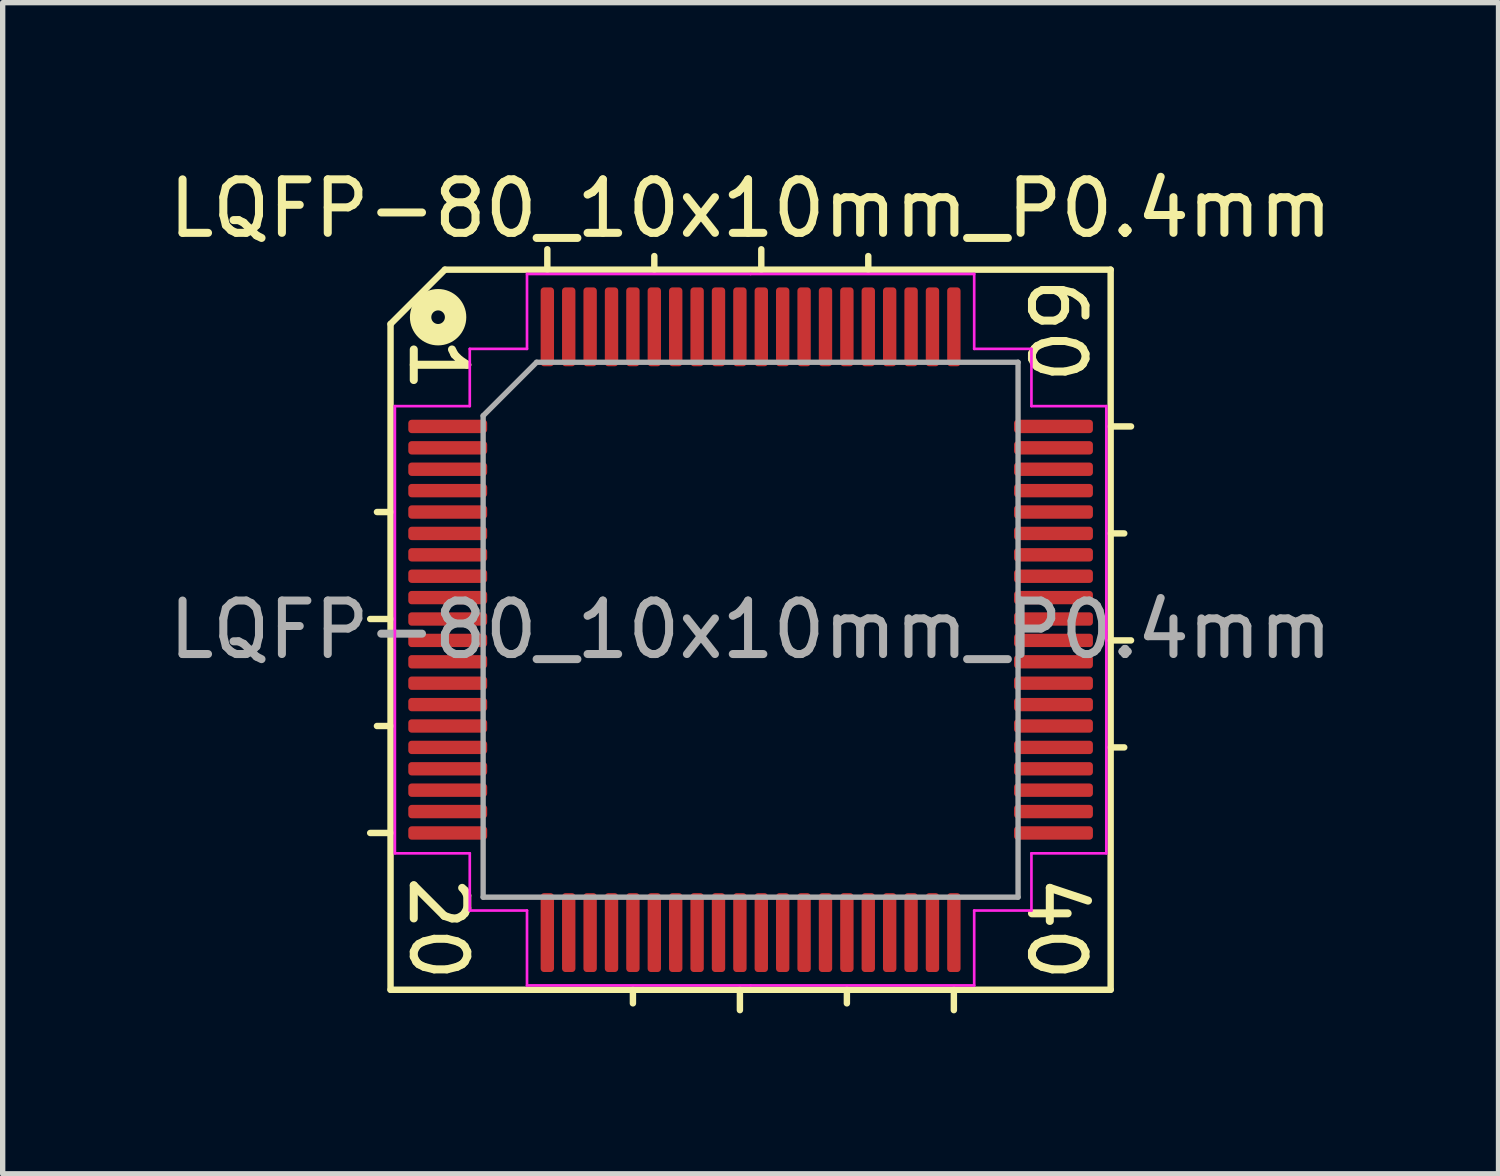
<source format=kicad_pcb>
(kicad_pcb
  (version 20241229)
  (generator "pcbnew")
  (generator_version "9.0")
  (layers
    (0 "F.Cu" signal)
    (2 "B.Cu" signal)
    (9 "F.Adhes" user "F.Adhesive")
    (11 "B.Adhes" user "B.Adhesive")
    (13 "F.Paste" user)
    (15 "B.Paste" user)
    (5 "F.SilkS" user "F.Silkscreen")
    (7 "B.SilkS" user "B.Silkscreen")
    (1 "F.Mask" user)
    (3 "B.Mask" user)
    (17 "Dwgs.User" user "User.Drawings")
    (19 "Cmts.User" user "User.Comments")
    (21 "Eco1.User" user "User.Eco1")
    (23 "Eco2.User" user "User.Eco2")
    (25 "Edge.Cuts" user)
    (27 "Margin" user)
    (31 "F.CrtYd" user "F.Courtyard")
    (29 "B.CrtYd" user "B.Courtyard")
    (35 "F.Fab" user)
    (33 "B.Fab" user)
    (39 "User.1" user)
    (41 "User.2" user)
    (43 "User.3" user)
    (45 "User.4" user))
  (footprint "LQFP-80_10x10mm_P0.4mm"
    (layer "F.Cu")
    (at 10.982 8.722)
    (property "Reference" "LQFP-80_10x10mm_P0.4mm" (at 0 -7.874 0) (layer "F.SilkS") (effects (font (size 1 1) (thickness 0.15))))
    (attr smd)
    (fp_line (start -6.731 -5.715) (end -6.731 6.731) (stroke (width 0.12) (type solid)) (layer "F.SilkS"))
    (fp_line (start -6.731 -2.2) (end -6.985 -2.2) (stroke (width 0.12) (type solid)) (layer "F.SilkS"))
    (fp_line (start -6.731 -0.2) (end -7.112 -0.2) (stroke (width 0.12) (type solid)) (layer "F.SilkS"))
    (fp_line (start -6.731 1.8) (end -6.985 1.8) (stroke (width 0.12) (type solid)) (layer "F.SilkS"))
    (fp_line (start -6.731 3.8) (end -7.112 3.8) (stroke (width 0.12) (type solid)) (layer "F.SilkS"))
    (fp_line (start -6.731 6.731) (end 6.731 6.731) (stroke (width 0.12) (type solid)) (layer "F.SilkS"))
    (fp_line (start -5.715 -6.731) (end -6.731 -5.715) (stroke (width 0.12) (type solid)) (layer "F.SilkS"))
    (fp_line (start -3.8 -6.731) (end -3.8 -7.112) (stroke (width 0.12) (type solid)) (layer "F.SilkS"))
    (fp_line (start -2.2 6.731) (end -2.2 6.985) (stroke (width 0.12) (type solid)) (layer "F.SilkS"))
    (fp_line (start -1.8 -6.731) (end -1.8 -6.985) (stroke (width 0.12) (type solid)) (layer "F.SilkS"))
    (fp_line (start -0.2 6.731) (end -0.2 7.112) (stroke (width 0.12) (type solid)) (layer "F.SilkS"))
    (fp_line (start 0.2 -6.731) (end 0.2 -7.112) (stroke (width 0.12) (type solid)) (layer "F.SilkS"))
    (fp_line (start 1.8 6.731) (end 1.8 6.985) (stroke (width 0.12) (type solid)) (layer "F.SilkS"))
    (fp_line (start 2.2 -6.731) (end 2.2 -6.985) (stroke (width 0.12) (type solid)) (layer "F.SilkS"))
    (fp_line (start 3.8 6.731) (end 3.8 7.112) (stroke (width 0.12) (type solid)) (layer "F.SilkS"))
    (fp_line (start 6.731 -6.731) (end -5.715 -6.731) (stroke (width 0.12) (type solid)) (layer "F.SilkS"))
    (fp_line (start 6.731 -3.8) (end 7.112 -3.8) (stroke (width 0.12) (type solid)) (layer "F.SilkS"))
    (fp_line (start 6.731 -1.8) (end 6.985 -1.8) (stroke (width 0.12) (type solid)) (layer "F.SilkS"))
    (fp_line (start 6.731 0.2) (end 7.112 0.2) (stroke (width 0.12) (type solid)) (layer "F.SilkS"))
    (fp_line (start 6.731 2.2) (end 6.985 2.2) (stroke (width 0.12) (type solid)) (layer "F.SilkS"))
    (fp_line (start 6.731 6.731) (end 6.731 -6.731) (stroke (width 0.12) (type solid)) (layer "F.SilkS"))
    (fp_circle (center -5.842 -5.842) (end -5.715 -5.842) (stroke (width 0.4) (type solid)) (fill no) (layer "F.SilkS"))
    (fp_line (start -6.65 -4.18) (end -6.65 0) (stroke (width 0.05) (type solid)) (layer "F.CrtYd"))
    (fp_line (start -6.65 4.18) (end -6.65 0) (stroke (width 0.05) (type solid)) (layer "F.CrtYd"))
    (fp_line (start -5.25 -5.25) (end -5.25 -4.18) (stroke (width 0.05) (type solid)) (layer "F.CrtYd"))
    (fp_line (start -5.25 -4.18) (end -6.65 -4.18) (stroke (width 0.05) (type solid)) (layer "F.CrtYd"))
    (fp_line (start -5.25 4.18) (end -6.65 4.18) (stroke (width 0.05) (type solid)) (layer "F.CrtYd"))
    (fp_line (start -5.25 5.25) (end -5.25 4.18) (stroke (width 0.05) (type solid)) (layer "F.CrtYd"))
    (fp_line (start -4.18 -6.65) (end -4.18 -5.25) (stroke (width 0.05) (type solid)) (layer "F.CrtYd"))
    (fp_line (start -4.18 -5.25) (end -5.25 -5.25) (stroke (width 0.05) (type solid)) (layer "F.CrtYd"))
    (fp_line (start -4.18 5.25) (end -5.25 5.25) (stroke (width 0.05) (type solid)) (layer "F.CrtYd"))
    (fp_line (start -4.18 6.65) (end -4.18 5.25) (stroke (width 0.05) (type solid)) (layer "F.CrtYd"))
    (fp_line (start 0 -6.65) (end -4.18 -6.65) (stroke (width 0.05) (type solid)) (layer "F.CrtYd"))
    (fp_line (start 0 -6.65) (end 4.18 -6.65) (stroke (width 0.05) (type solid)) (layer "F.CrtYd"))
    (fp_line (start 0 6.65) (end -4.18 6.65) (stroke (width 0.05) (type solid)) (layer "F.CrtYd"))
    (fp_line (start 0 6.65) (end 4.18 6.65) (stroke (width 0.05) (type solid)) (layer "F.CrtYd"))
    (fp_line (start 4.18 -6.65) (end 4.18 -5.25) (stroke (width 0.05) (type solid)) (layer "F.CrtYd"))
    (fp_line (start 4.18 -5.25) (end 5.25 -5.25) (stroke (width 0.05) (type solid)) (layer "F.CrtYd"))
    (fp_line (start 4.18 5.25) (end 5.25 5.25) (stroke (width 0.05) (type solid)) (layer "F.CrtYd"))
    (fp_line (start 4.18 6.65) (end 4.18 5.25) (stroke (width 0.05) (type solid)) (layer "F.CrtYd"))
    (fp_line (start 5.25 -5.25) (end 5.25 -4.18) (stroke (width 0.05) (type solid)) (layer "F.CrtYd"))
    (fp_line (start 5.25 -4.18) (end 6.65 -4.18) (stroke (width 0.05) (type solid)) (layer "F.CrtYd"))
    (fp_line (start 5.25 4.18) (end 6.65 4.18) (stroke (width 0.05) (type solid)) (layer "F.CrtYd"))
    (fp_line (start 5.25 5.25) (end 5.25 4.18) (stroke (width 0.05) (type solid)) (layer "F.CrtYd"))
    (fp_line (start 6.65 -4.18) (end 6.65 0) (stroke (width 0.05) (type solid)) (layer "F.CrtYd"))
    (fp_line (start 6.65 4.18) (end 6.65 0) (stroke (width 0.05) (type solid)) (layer "F.CrtYd"))
    (fp_line (start -5 -4) (end -4 -5) (stroke (width 0.1) (type solid)) (layer "F.Fab"))
    (fp_line (start -5 5) (end -5 -4) (stroke (width 0.1) (type solid)) (layer "F.Fab"))
    (fp_line (start -4 -5) (end 5 -5) (stroke (width 0.1) (type solid)) (layer "F.Fab"))
    (fp_line (start 5 -5) (end 5 5) (stroke (width 0.1) (type solid)) (layer "F.Fab"))
    (fp_line (start 5 5) (end -5 5) (stroke (width 0.1) (type solid)) (layer "F.Fab"))
    (fp_text user "20" (at -5.842 5.588 270) (unlocked yes) (layer "F.SilkS") (effects (font (size 1 1) (thickness 0.15))))
    (fp_text user "40" (at 5.715 5.588 270) (unlocked yes) (layer "F.SilkS") (effects (font (size 1 1) (thickness 0.15))))
    (fp_text user "60" (at 5.715 -5.588 270) (unlocked yes) (layer "F.SilkS") (effects (font (size 1 1) (thickness 0.15))))
    (fp_text user "1" (at -5.842 -4.953 270) (unlocked yes) (layer "F.SilkS") (effects (font (size 1 1) (thickness 0.15))))
    (fp_text user "${REFERENCE}" (at 0 0 0) (layer "F.Fab") (effects (font (size 1 1) (thickness 0.15))))
    (pad "1" smd roundrect (at -5.662 -3.8) (size 1.475 0.25) (layers "F.Cu" "F.Mask" "F.Paste") (roundrect_rratio 0.25))
    (pad "2" smd roundrect (at -5.662 -3.4) (size 1.475 0.25) (layers "F.Cu" "F.Mask" "F.Paste") (roundrect_rratio 0.25))
    (pad "3" smd roundrect (at -5.662 -3) (size 1.475 0.25) (layers "F.Cu" "F.Mask" "F.Paste") (roundrect_rratio 0.25))
    (pad "4" smd roundrect (at -5.662 -2.6) (size 1.475 0.25) (layers "F.Cu" "F.Mask" "F.Paste") (roundrect_rratio 0.25))
    (pad "5" smd roundrect (at -5.662 -2.2) (size 1.475 0.25) (layers "F.Cu" "F.Mask" "F.Paste") (roundrect_rratio 0.25))
    (pad "6" smd roundrect (at -5.662 -1.8) (size 1.475 0.25) (layers "F.Cu" "F.Mask" "F.Paste") (roundrect_rratio 0.25))
    (pad "7" smd roundrect (at -5.662 -1.4) (size 1.475 0.25) (layers "F.Cu" "F.Mask" "F.Paste") (roundrect_rratio 0.25))
    (pad "8" smd roundrect (at -5.662 -1) (size 1.475 0.25) (layers "F.Cu" "F.Mask" "F.Paste") (roundrect_rratio 0.25))
    (pad "9" smd roundrect (at -5.662 -0.6) (size 1.475 0.25) (layers "F.Cu" "F.Mask" "F.Paste") (roundrect_rratio 0.25))
    (pad "10" smd roundrect (at -5.662 -0.2) (size 1.475 0.25) (layers "F.Cu" "F.Mask" "F.Paste") (roundrect_rratio 0.25))
    (pad "11" smd roundrect (at -5.662 0.2) (size 1.475 0.25) (layers "F.Cu" "F.Mask" "F.Paste") (roundrect_rratio 0.25))
    (pad "12" smd roundrect (at -5.662 0.6) (size 1.475 0.25) (layers "F.Cu" "F.Mask" "F.Paste") (roundrect_rratio 0.25))
    (pad "13" smd roundrect (at -5.662 1) (size 1.475 0.25) (layers "F.Cu" "F.Mask" "F.Paste") (roundrect_rratio 0.25))
    (pad "14" smd roundrect (at -5.662 1.4) (size 1.475 0.25) (layers "F.Cu" "F.Mask" "F.Paste") (roundrect_rratio 0.25))
    (pad "15" smd roundrect (at -5.662 1.8) (size 1.475 0.25) (layers "F.Cu" "F.Mask" "F.Paste") (roundrect_rratio 0.25))
    (pad "16" smd roundrect (at -5.662 2.2) (size 1.475 0.25) (layers "F.Cu" "F.Mask" "F.Paste") (roundrect_rratio 0.25))
    (pad "17" smd roundrect (at -5.662 2.6) (size 1.475 0.25) (layers "F.Cu" "F.Mask" "F.Paste") (roundrect_rratio 0.25))
    (pad "18" smd roundrect (at -5.662 3) (size 1.475 0.25) (layers "F.Cu" "F.Mask" "F.Paste") (roundrect_rratio 0.25))
    (pad "19" smd roundrect (at -5.662 3.4) (size 1.475 0.25) (layers "F.Cu" "F.Mask" "F.Paste") (roundrect_rratio 0.25))
    (pad "20" smd roundrect (at -5.662 3.8) (size 1.475 0.25) (layers "F.Cu" "F.Mask" "F.Paste") (roundrect_rratio 0.25))
    (pad "21" smd roundrect (at -3.8 5.662) (size 0.25 1.475) (layers "F.Cu" "F.Mask" "F.Paste") (roundrect_rratio 0.25))
    (pad "22" smd roundrect (at -3.4 5.662) (size 0.25 1.475) (layers "F.Cu" "F.Mask" "F.Paste") (roundrect_rratio 0.25))
    (pad "23" smd roundrect (at -3 5.662) (size 0.25 1.475) (layers "F.Cu" "F.Mask" "F.Paste") (roundrect_rratio 0.25))
    (pad "24" smd roundrect (at -2.6 5.662) (size 0.25 1.475) (layers "F.Cu" "F.Mask" "F.Paste") (roundrect_rratio 0.25))
    (pad "25" smd roundrect (at -2.2 5.662) (size 0.25 1.475) (layers "F.Cu" "F.Mask" "F.Paste") (roundrect_rratio 0.25))
    (pad "26" smd roundrect (at -1.8 5.662) (size 0.25 1.475) (layers "F.Cu" "F.Mask" "F.Paste") (roundrect_rratio 0.25))
    (pad "27" smd roundrect (at -1.4 5.662) (size 0.25 1.475) (layers "F.Cu" "F.Mask" "F.Paste") (roundrect_rratio 0.25))
    (pad "28" smd roundrect (at -1 5.662) (size 0.25 1.475) (layers "F.Cu" "F.Mask" "F.Paste") (roundrect_rratio 0.25))
    (pad "29" smd roundrect (at -0.6 5.662) (size 0.25 1.475) (layers "F.Cu" "F.Mask" "F.Paste") (roundrect_rratio 0.25))
    (pad "30" smd roundrect (at -0.2 5.662) (size 0.25 1.475) (layers "F.Cu" "F.Mask" "F.Paste") (roundrect_rratio 0.25))
    (pad "31" smd roundrect (at 0.2 5.662) (size 0.25 1.475) (layers "F.Cu" "F.Mask" "F.Paste") (roundrect_rratio 0.25))
    (pad "32" smd roundrect (at 0.6 5.662) (size 0.25 1.475) (layers "F.Cu" "F.Mask" "F.Paste") (roundrect_rratio 0.25))
    (pad "33" smd roundrect (at 1 5.662) (size 0.25 1.475) (layers "F.Cu" "F.Mask" "F.Paste") (roundrect_rratio 0.25))
    (pad "34" smd roundrect (at 1.4 5.662) (size 0.25 1.475) (layers "F.Cu" "F.Mask" "F.Paste") (roundrect_rratio 0.25))
    (pad "35" smd roundrect (at 1.8 5.662) (size 0.25 1.475) (layers "F.Cu" "F.Mask" "F.Paste") (roundrect_rratio 0.25))
    (pad "36" smd roundrect (at 2.2 5.662) (size 0.25 1.475) (layers "F.Cu" "F.Mask" "F.Paste") (roundrect_rratio 0.25))
    (pad "37" smd roundrect (at 2.6 5.662) (size 0.25 1.475) (layers "F.Cu" "F.Mask" "F.Paste") (roundrect_rratio 0.25))
    (pad "38" smd roundrect (at 3 5.662) (size 0.25 1.475) (layers "F.Cu" "F.Mask" "F.Paste") (roundrect_rratio 0.25))
    (pad "39" smd roundrect (at 3.4 5.662) (size 0.25 1.475) (layers "F.Cu" "F.Mask" "F.Paste") (roundrect_rratio 0.25))
    (pad "40" smd roundrect (at 3.8 5.662) (size 0.25 1.475) (layers "F.Cu" "F.Mask" "F.Paste") (roundrect_rratio 0.25))
    (pad "41" smd roundrect (at 5.662 3.8) (size 1.475 0.25) (layers "F.Cu" "F.Mask" "F.Paste") (roundrect_rratio 0.25))
    (pad "42" smd roundrect (at 5.662 3.4) (size 1.475 0.25) (layers "F.Cu" "F.Mask" "F.Paste") (roundrect_rratio 0.25))
    (pad "43" smd roundrect (at 5.662 3) (size 1.475 0.25) (layers "F.Cu" "F.Mask" "F.Paste") (roundrect_rratio 0.25))
    (pad "44" smd roundrect (at 5.662 2.6) (size 1.475 0.25) (layers "F.Cu" "F.Mask" "F.Paste") (roundrect_rratio 0.25))
    (pad "45" smd roundrect (at 5.662 2.2) (size 1.475 0.25) (layers "F.Cu" "F.Mask" "F.Paste") (roundrect_rratio 0.25))
    (pad "46" smd roundrect (at 5.662 1.8) (size 1.475 0.25) (layers "F.Cu" "F.Mask" "F.Paste") (roundrect_rratio 0.25))
    (pad "47" smd roundrect (at 5.662 1.4) (size 1.475 0.25) (layers "F.Cu" "F.Mask" "F.Paste") (roundrect_rratio 0.25))
    (pad "48" smd roundrect (at 5.662 1) (size 1.475 0.25) (layers "F.Cu" "F.Mask" "F.Paste") (roundrect_rratio 0.25))
    (pad "49" smd roundrect (at 5.662 0.6) (size 1.475 0.25) (layers "F.Cu" "F.Mask" "F.Paste") (roundrect_rratio 0.25))
    (pad "50" smd roundrect (at 5.662 0.2) (size 1.475 0.25) (layers "F.Cu" "F.Mask" "F.Paste") (roundrect_rratio 0.25))
    (pad "51" smd roundrect (at 5.662 -0.2) (size 1.475 0.25) (layers "F.Cu" "F.Mask" "F.Paste") (roundrect_rratio 0.25))
    (pad "52" smd roundrect (at 5.662 -0.6) (size 1.475 0.25) (layers "F.Cu" "F.Mask" "F.Paste") (roundrect_rratio 0.25))
    (pad "53" smd roundrect (at 5.662 -1) (size 1.475 0.25) (layers "F.Cu" "F.Mask" "F.Paste") (roundrect_rratio 0.25))
    (pad "54" smd roundrect (at 5.662 -1.4) (size 1.475 0.25) (layers "F.Cu" "F.Mask" "F.Paste") (roundrect_rratio 0.25))
    (pad "55" smd roundrect (at 5.662 -1.8) (size 1.475 0.25) (layers "F.Cu" "F.Mask" "F.Paste") (roundrect_rratio 0.25))
    (pad "56" smd roundrect (at 5.662 -2.2) (size 1.475 0.25) (layers "F.Cu" "F.Mask" "F.Paste") (roundrect_rratio 0.25))
    (pad "57" smd roundrect (at 5.662 -2.6) (size 1.475 0.25) (layers "F.Cu" "F.Mask" "F.Paste") (roundrect_rratio 0.25))
    (pad "58" smd roundrect (at 5.662 -3) (size 1.475 0.25) (layers "F.Cu" "F.Mask" "F.Paste") (roundrect_rratio 0.25))
    (pad "59" smd roundrect (at 5.662 -3.4) (size 1.475 0.25) (layers "F.Cu" "F.Mask" "F.Paste") (roundrect_rratio 0.25))
    (pad "60" smd roundrect (at 5.662 -3.8) (size 1.475 0.25) (layers "F.Cu" "F.Mask" "F.Paste") (roundrect_rratio 0.25))
    (pad "61" smd roundrect (at 3.8 -5.662) (size 0.25 1.475) (layers "F.Cu" "F.Mask" "F.Paste") (roundrect_rratio 0.25))
    (pad "62" smd roundrect (at 3.4 -5.662) (size 0.25 1.475) (layers "F.Cu" "F.Mask" "F.Paste") (roundrect_rratio 0.25))
    (pad "63" smd roundrect (at 3 -5.662) (size 0.25 1.475) (layers "F.Cu" "F.Mask" "F.Paste") (roundrect_rratio 0.25))
    (pad "64" smd roundrect (at 2.6 -5.662) (size 0.25 1.475) (layers "F.Cu" "F.Mask" "F.Paste") (roundrect_rratio 0.25))
    (pad "65" smd roundrect (at 2.2 -5.662) (size 0.25 1.475) (layers "F.Cu" "F.Mask" "F.Paste") (roundrect_rratio 0.25))
    (pad "66" smd roundrect (at 1.8 -5.662) (size 0.25 1.475) (layers "F.Cu" "F.Mask" "F.Paste") (roundrect_rratio 0.25))
    (pad "67" smd roundrect (at 1.4 -5.662) (size 0.25 1.475) (layers "F.Cu" "F.Mask" "F.Paste") (roundrect_rratio 0.25))
    (pad "68" smd roundrect (at 1 -5.662) (size 0.25 1.475) (layers "F.Cu" "F.Mask" "F.Paste") (roundrect_rratio 0.25))
    (pad "69" smd roundrect (at 0.6 -5.662) (size 0.25 1.475) (layers "F.Cu" "F.Mask" "F.Paste") (roundrect_rratio 0.25))
    (pad "70" smd roundrect (at 0.2 -5.662) (size 0.25 1.475) (layers "F.Cu" "F.Mask" "F.Paste") (roundrect_rratio 0.25))
    (pad "71" smd roundrect (at -0.2 -5.662) (size 0.25 1.475) (layers "F.Cu" "F.Mask" "F.Paste") (roundrect_rratio 0.25))
    (pad "72" smd roundrect (at -0.6 -5.662) (size 0.25 1.475) (layers "F.Cu" "F.Mask" "F.Paste") (roundrect_rratio 0.25))
    (pad "73" smd roundrect (at -1 -5.662) (size 0.25 1.475) (layers "F.Cu" "F.Mask" "F.Paste") (roundrect_rratio 0.25))
    (pad "74" smd roundrect (at -1.4 -5.662) (size 0.25 1.475) (layers "F.Cu" "F.Mask" "F.Paste") (roundrect_rratio 0.25))
    (pad "75" smd roundrect (at -1.8 -5.662) (size 0.25 1.475) (layers "F.Cu" "F.Mask" "F.Paste") (roundrect_rratio 0.25))
    (pad "76" smd roundrect (at -2.2 -5.662) (size 0.25 1.475) (layers "F.Cu" "F.Mask" "F.Paste") (roundrect_rratio 0.25))
    (pad "77" smd roundrect (at -2.6 -5.662) (size 0.25 1.475) (layers "F.Cu" "F.Mask" "F.Paste") (roundrect_rratio 0.25))
    (pad "78" smd roundrect (at -3 -5.662) (size 0.25 1.475) (layers "F.Cu" "F.Mask" "F.Paste") (roundrect_rratio 0.25))
    (pad "79" smd roundrect (at -3.4 -5.662) (size 0.25 1.475) (layers "F.Cu" "F.Mask" "F.Paste") (roundrect_rratio 0.25))
    (pad "80" smd roundrect (at -3.8 -5.662) (size 0.25 1.475) (layers "F.Cu" "F.Mask" "F.Paste") (roundrect_rratio 0.25)))
  (gr_rect
    (start -3 -3)
    (end 24.964 18.894)
    (stroke (width 0.1) (type default))
    (fill no)
    (layer "Edge.Cuts")))
</source>
